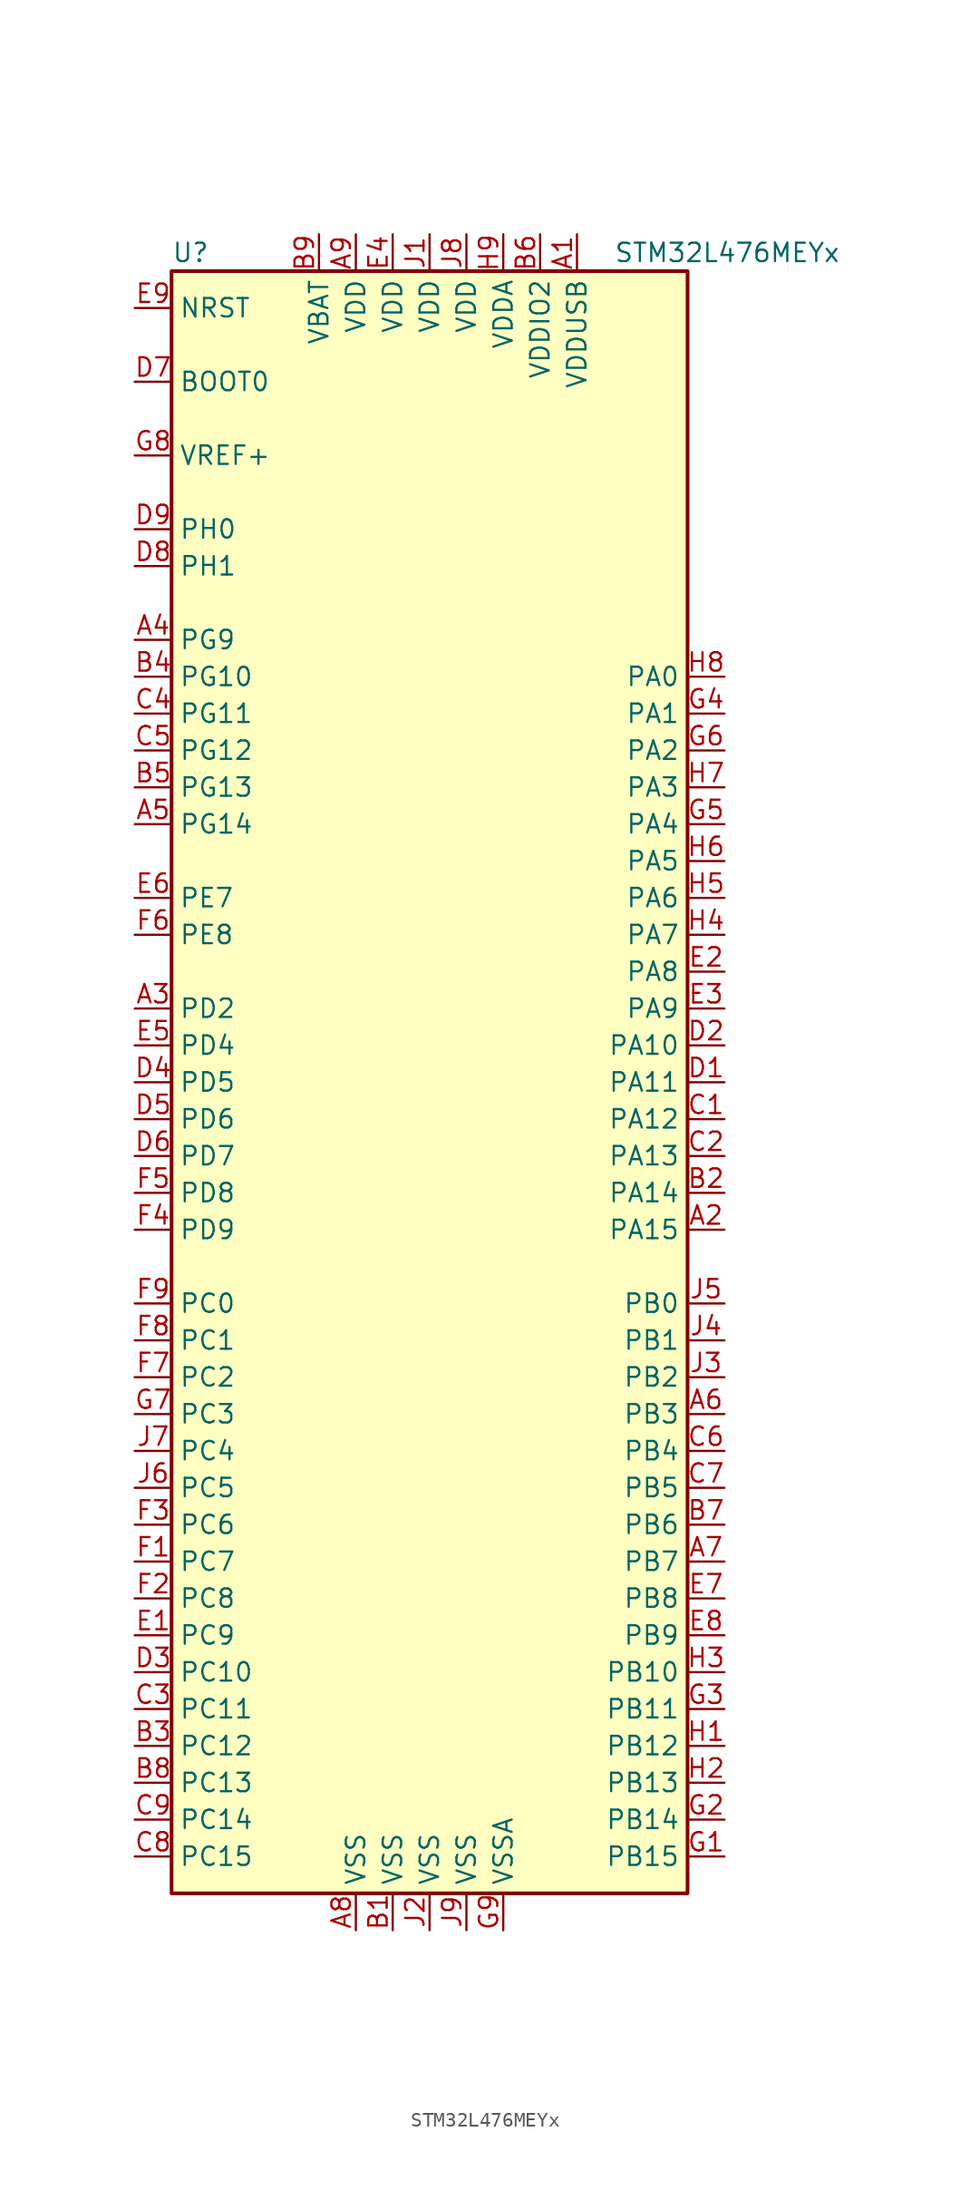
<source format=kicad_sym>
(kicad_symbol_lib
  (version 20201005)
  (generator kicad_symbol_editor)
  (symbol "STM32L476MEYx"
    (property "Reference" "U"
      (at -17.78 57.15 0)
      (effects (font (size 1.27 1.27)) (justify left)))
    (property "Value" "STM32L476MEYx"
      (at 12.7 57.15 0)
      (effects (font (size 1.27 1.27)) (justify left)))
    (symbol "STM32L476MEYx_0_1"
      (rectangle (start -17.78 -55.88) (end 17.78 55.88) (stroke (width 0.254)) (fill (type background))))
    (symbol "STM32L476MEYx_1_1"
      (pin power_in line (at 10.16 58.42 270) (length 2.54) (name "VDDUSB" (effects (font (size 1.27 1.27)))) (number "A1" (effects (font (size 1.27 1.27)))))
      (pin bidirectional line (at 20.32 -10.16 180) (length 2.54) (name "PA15" (effects (font (size 1.27 1.27)))) (number "A2" (effects (font (size 1.27 1.27)))))
      (pin bidirectional line (at -20.32 5.08 0) (length 2.54) (name "PD2" (effects (font (size 1.27 1.27)))) (number "A3" (effects (font (size 1.27 1.27)))))
      (pin bidirectional line (at -20.32 30.48 0) (length 2.54) (name "PG9" (effects (font (size 1.27 1.27)))) (number "A4" (effects (font (size 1.27 1.27)))))
      (pin bidirectional line (at -20.32 17.78 0) (length 2.54) (name "PG14" (effects (font (size 1.27 1.27)))) (number "A5" (effects (font (size 1.27 1.27)))))
      (pin bidirectional line (at 20.32 -22.86 180) (length 2.54) (name "PB3" (effects (font (size 1.27 1.27)))) (number "A6" (effects (font (size 1.27 1.27)))))
      (pin bidirectional line (at 20.32 -33.02 180) (length 2.54) (name "PB7" (effects (font (size 1.27 1.27)))) (number "A7" (effects (font (size 1.27 1.27)))))
      (pin power_in line (at -5.08 -58.42 90) (length 2.54) (name "VSS" (effects (font (size 1.27 1.27)))) (number "A8" (effects (font (size 1.27 1.27)))))
      (pin power_in line (at -5.08 58.42 270) (length 2.54) (name "VDD" (effects (font (size 1.27 1.27)))) (number "A9" (effects (font (size 1.27 1.27)))))
      (pin power_in line (at -2.54 -58.42 90) (length 2.54) (name "VSS" (effects (font (size 1.27 1.27)))) (number "B1" (effects (font (size 1.27 1.27)))))
      (pin bidirectional line (at 20.32 -7.62 180) (length 2.54) (name "PA14" (effects (font (size 1.27 1.27)))) (number "B2" (effects (font (size 1.27 1.27)))))
      (pin bidirectional line (at -20.32 -45.72 0) (length 2.54) (name "PC12" (effects (font (size 1.27 1.27)))) (number "B3" (effects (font (size 1.27 1.27)))))
      (pin bidirectional line (at -20.32 27.94 0) (length 2.54) (name "PG10" (effects (font (size 1.27 1.27)))) (number "B4" (effects (font (size 1.27 1.27)))))
      (pin bidirectional line (at -20.32 20.32 0) (length 2.54) (name "PG13" (effects (font (size 1.27 1.27)))) (number "B5" (effects (font (size 1.27 1.27)))))
      (pin power_in line (at 7.62 58.42 270) (length 2.54) (name "VDDIO2" (effects (font (size 1.27 1.27)))) (number "B6" (effects (font (size 1.27 1.27)))))
      (pin bidirectional line (at 20.32 -30.48 180) (length 2.54) (name "PB6" (effects (font (size 1.27 1.27)))) (number "B7" (effects (font (size 1.27 1.27)))))
      (pin bidirectional line (at -20.32 -48.26 0) (length 2.54) (name "PC13" (effects (font (size 1.27 1.27)))) (number "B8" (effects (font (size 1.27 1.27)))))
      (pin power_in line (at -7.62 58.42 270) (length 2.54) (name "VBAT" (effects (font (size 1.27 1.27)))) (number "B9" (effects (font (size 1.27 1.27)))))
      (pin bidirectional line (at 20.32 -2.54 180) (length 2.54) (name "PA12" (effects (font (size 1.27 1.27)))) (number "C1" (effects (font (size 1.27 1.27)))))
      (pin bidirectional line (at 20.32 -5.08 180) (length 2.54) (name "PA13" (effects (font (size 1.27 1.27)))) (number "C2" (effects (font (size 1.27 1.27)))))
      (pin bidirectional line (at -20.32 -43.18 0) (length 2.54) (name "PC11" (effects (font (size 1.27 1.27)))) (number "C3" (effects (font (size 1.27 1.27)))))
      (pin bidirectional line (at -20.32 25.4 0) (length 2.54) (name "PG11" (effects (font (size 1.27 1.27)))) (number "C4" (effects (font (size 1.27 1.27)))))
      (pin bidirectional line (at -20.32 22.86 0) (length 2.54) (name "PG12" (effects (font (size 1.27 1.27)))) (number "C5" (effects (font (size 1.27 1.27)))))
      (pin bidirectional line (at 20.32 -25.4 180) (length 2.54) (name "PB4" (effects (font (size 1.27 1.27)))) (number "C6" (effects (font (size 1.27 1.27)))))
      (pin bidirectional line (at 20.32 -27.94 180) (length 2.54) (name "PB5" (effects (font (size 1.27 1.27)))) (number "C7" (effects (font (size 1.27 1.27)))))
      (pin bidirectional line (at -20.32 -53.34 0) (length 2.54) (name "PC15" (effects (font (size 1.27 1.27)))) (number "C8" (effects (font (size 1.27 1.27)))))
      (pin bidirectional line (at -20.32 -50.8 0) (length 2.54) (name "PC14" (effects (font (size 1.27 1.27)))) (number "C9" (effects (font (size 1.27 1.27)))))
      (pin bidirectional line (at 20.32 0 180) (length 2.54) (name "PA11" (effects (font (size 1.27 1.27)))) (number "D1" (effects (font (size 1.27 1.27)))))
      (pin bidirectional line (at 20.32 2.54 180) (length 2.54) (name "PA10" (effects (font (size 1.27 1.27)))) (number "D2" (effects (font (size 1.27 1.27)))))
      (pin bidirectional line (at -20.32 -40.64 0) (length 2.54) (name "PC10" (effects (font (size 1.27 1.27)))) (number "D3" (effects (font (size 1.27 1.27)))))
      (pin bidirectional line (at -20.32 0 0) (length 2.54) (name "PD5" (effects (font (size 1.27 1.27)))) (number "D4" (effects (font (size 1.27 1.27)))))
      (pin bidirectional line (at -20.32 -2.54 0) (length 2.54) (name "PD6" (effects (font (size 1.27 1.27)))) (number "D5" (effects (font (size 1.27 1.27)))))
      (pin bidirectional line (at -20.32 -5.08 0) (length 2.54) (name "PD7" (effects (font (size 1.27 1.27)))) (number "D6" (effects (font (size 1.27 1.27)))))
      (pin input line (at -20.32 48.26 0) (length 2.54) (name "BOOT0" (effects (font (size 1.27 1.27)))) (number "D7" (effects (font (size 1.27 1.27)))))
      (pin input line (at -20.32 35.56 0) (length 2.54) (name "PH1" (effects (font (size 1.27 1.27)))) (number "D8" (effects (font (size 1.27 1.27)))))
      (pin input line (at -20.32 38.1 0) (length 2.54) (name "PH0" (effects (font (size 1.27 1.27)))) (number "D9" (effects (font (size 1.27 1.27)))))
      (pin bidirectional line (at -20.32 -38.1 0) (length 2.54) (name "PC9" (effects (font (size 1.27 1.27)))) (number "E1" (effects (font (size 1.27 1.27)))))
      (pin bidirectional line (at 20.32 7.62 180) (length 2.54) (name "PA8" (effects (font (size 1.27 1.27)))) (number "E2" (effects (font (size 1.27 1.27)))))
      (pin bidirectional line (at 20.32 5.08 180) (length 2.54) (name "PA9" (effects (font (size 1.27 1.27)))) (number "E3" (effects (font (size 1.27 1.27)))))
      (pin power_in line (at -2.54 58.42 270) (length 2.54) (name "VDD" (effects (font (size 1.27 1.27)))) (number "E4" (effects (font (size 1.27 1.27)))))
      (pin bidirectional line (at -20.32 2.54 0) (length 2.54) (name "PD4" (effects (font (size 1.27 1.27)))) (number "E5" (effects (font (size 1.27 1.27)))))
      (pin bidirectional line (at -20.32 12.7 0) (length 2.54) (name "PE7" (effects (font (size 1.27 1.27)))) (number "E6" (effects (font (size 1.27 1.27)))))
      (pin bidirectional line (at 20.32 -35.56 180) (length 2.54) (name "PB8" (effects (font (size 1.27 1.27)))) (number "E7" (effects (font (size 1.27 1.27)))))
      (pin bidirectional line (at 20.32 -38.1 180) (length 2.54) (name "PB9" (effects (font (size 1.27 1.27)))) (number "E8" (effects (font (size 1.27 1.27)))))
      (pin input line (at -20.32 53.34 0) (length 2.54) (name "NRST" (effects (font (size 1.27 1.27)))) (number "E9" (effects (font (size 1.27 1.27)))))
      (pin bidirectional line (at -20.32 -33.02 0) (length 2.54) (name "PC7" (effects (font (size 1.27 1.27)))) (number "F1" (effects (font (size 1.27 1.27)))))
      (pin bidirectional line (at -20.32 -35.56 0) (length 2.54) (name "PC8" (effects (font (size 1.27 1.27)))) (number "F2" (effects (font (size 1.27 1.27)))))
      (pin bidirectional line (at -20.32 -30.48 0) (length 2.54) (name "PC6" (effects (font (size 1.27 1.27)))) (number "F3" (effects (font (size 1.27 1.27)))))
      (pin bidirectional line (at -20.32 -10.16 0) (length 2.54) (name "PD9" (effects (font (size 1.27 1.27)))) (number "F4" (effects (font (size 1.27 1.27)))))
      (pin bidirectional line (at -20.32 -7.62 0) (length 2.54) (name "PD8" (effects (font (size 1.27 1.27)))) (number "F5" (effects (font (size 1.27 1.27)))))
      (pin bidirectional line (at -20.32 10.16 0) (length 2.54) (name "PE8" (effects (font (size 1.27 1.27)))) (number "F6" (effects (font (size 1.27 1.27)))))
      (pin bidirectional line (at -20.32 -20.32 0) (length 2.54) (name "PC2" (effects (font (size 1.27 1.27)))) (number "F7" (effects (font (size 1.27 1.27)))))
      (pin bidirectional line (at -20.32 -17.78 0) (length 2.54) (name "PC1" (effects (font (size 1.27 1.27)))) (number "F8" (effects (font (size 1.27 1.27)))))
      (pin bidirectional line (at -20.32 -15.24 0) (length 2.54) (name "PC0" (effects (font (size 1.27 1.27)))) (number "F9" (effects (font (size 1.27 1.27)))))
      (pin bidirectional line (at 20.32 -53.34 180) (length 2.54) (name "PB15" (effects (font (size 1.27 1.27)))) (number "G1" (effects (font (size 1.27 1.27)))))
      (pin bidirectional line (at 20.32 -50.8 180) (length 2.54) (name "PB14" (effects (font (size 1.27 1.27)))) (number "G2" (effects (font (size 1.27 1.27)))))
      (pin bidirectional line (at 20.32 -43.18 180) (length 2.54) (name "PB11" (effects (font (size 1.27 1.27)))) (number "G3" (effects (font (size 1.27 1.27)))))
      (pin bidirectional line (at 20.32 25.4 180) (length 2.54) (name "PA1" (effects (font (size 1.27 1.27)))) (number "G4" (effects (font (size 1.27 1.27)))))
      (pin bidirectional line (at 20.32 17.78 180) (length 2.54) (name "PA4" (effects (font (size 1.27 1.27)))) (number "G5" (effects (font (size 1.27 1.27)))))
      (pin bidirectional line (at 20.32 22.86 180) (length 2.54) (name "PA2" (effects (font (size 1.27 1.27)))) (number "G6" (effects (font (size 1.27 1.27)))))
      (pin bidirectional line (at -20.32 -22.86 0) (length 2.54) (name "PC3" (effects (font (size 1.27 1.27)))) (number "G7" (effects (font (size 1.27 1.27)))))
      (pin bidirectional line (at -20.32 43.18 0) (length 2.54) (name "VREF+" (effects (font (size 1.27 1.27)))) (number "G8" (effects (font (size 1.27 1.27)))))
      (pin power_in line (at 5.08 -58.42 90) (length 2.54) (name "VSSA" (effects (font (size 1.27 1.27)))) (number "G9" (effects (font (size 1.27 1.27)))))
      (pin bidirectional line (at 20.32 -45.72 180) (length 2.54) (name "PB12" (effects (font (size 1.27 1.27)))) (number "H1" (effects (font (size 1.27 1.27)))))
      (pin bidirectional line (at 20.32 -48.26 180) (length 2.54) (name "PB13" (effects (font (size 1.27 1.27)))) (number "H2" (effects (font (size 1.27 1.27)))))
      (pin bidirectional line (at 20.32 -40.64 180) (length 2.54) (name "PB10" (effects (font (size 1.27 1.27)))) (number "H3" (effects (font (size 1.27 1.27)))))
      (pin bidirectional line (at 20.32 10.16 180) (length 2.54) (name "PA7" (effects (font (size 1.27 1.27)))) (number "H4" (effects (font (size 1.27 1.27)))))
      (pin bidirectional line (at 20.32 12.7 180) (length 2.54) (name "PA6" (effects (font (size 1.27 1.27)))) (number "H5" (effects (font (size 1.27 1.27)))))
      (pin bidirectional line (at 20.32 15.24 180) (length 2.54) (name "PA5" (effects (font (size 1.27 1.27)))) (number "H6" (effects (font (size 1.27 1.27)))))
      (pin bidirectional line (at 20.32 20.32 180) (length 2.54) (name "PA3" (effects (font (size 1.27 1.27)))) (number "H7" (effects (font (size 1.27 1.27)))))
      (pin bidirectional line (at 20.32 27.94 180) (length 2.54) (name "PA0" (effects (font (size 1.27 1.27)))) (number "H8" (effects (font (size 1.27 1.27)))))
      (pin power_in line (at 5.08 58.42 270) (length 2.54) (name "VDDA" (effects (font (size 1.27 1.27)))) (number "H9" (effects (font (size 1.27 1.27)))))
      (pin power_in line (at 0 58.42 270) (length 2.54) (name "VDD" (effects (font (size 1.27 1.27)))) (number "J1" (effects (font (size 1.27 1.27)))))
      (pin power_in line (at 0 -58.42 90) (length 2.54) (name "VSS" (effects (font (size 1.27 1.27)))) (number "J2" (effects (font (size 1.27 1.27)))))
      (pin bidirectional line (at 20.32 -20.32 180) (length 2.54) (name "PB2" (effects (font (size 1.27 1.27)))) (number "J3" (effects (font (size 1.27 1.27)))))
      (pin bidirectional line (at 20.32 -17.78 180) (length 2.54) (name "PB1" (effects (font (size 1.27 1.27)))) (number "J4" (effects (font (size 1.27 1.27)))))
      (pin bidirectional line (at 20.32 -15.24 180) (length 2.54) (name "PB0" (effects (font (size 1.27 1.27)))) (number "J5" (effects (font (size 1.27 1.27)))))
      (pin bidirectional line (at -20.32 -27.94 0) (length 2.54) (name "PC5" (effects (font (size 1.27 1.27)))) (number "J6" (effects (font (size 1.27 1.27)))))
      (pin bidirectional line (at -20.32 -25.4 0) (length 2.54) (name "PC4" (effects (font (size 1.27 1.27)))) (number "J7" (effects (font (size 1.27 1.27)))))
      (pin power_in line (at 2.54 58.42 270) (length 2.54) (name "VDD" (effects (font (size 1.27 1.27)))) (number "J8" (effects (font (size 1.27 1.27)))))
      (pin power_in line (at 2.54 -58.42 90) (length 2.54) (name "VSS" (effects (font (size 1.27 1.27)))) (number "J9" (effects (font (size 1.27 1.27))))))))
</source>
